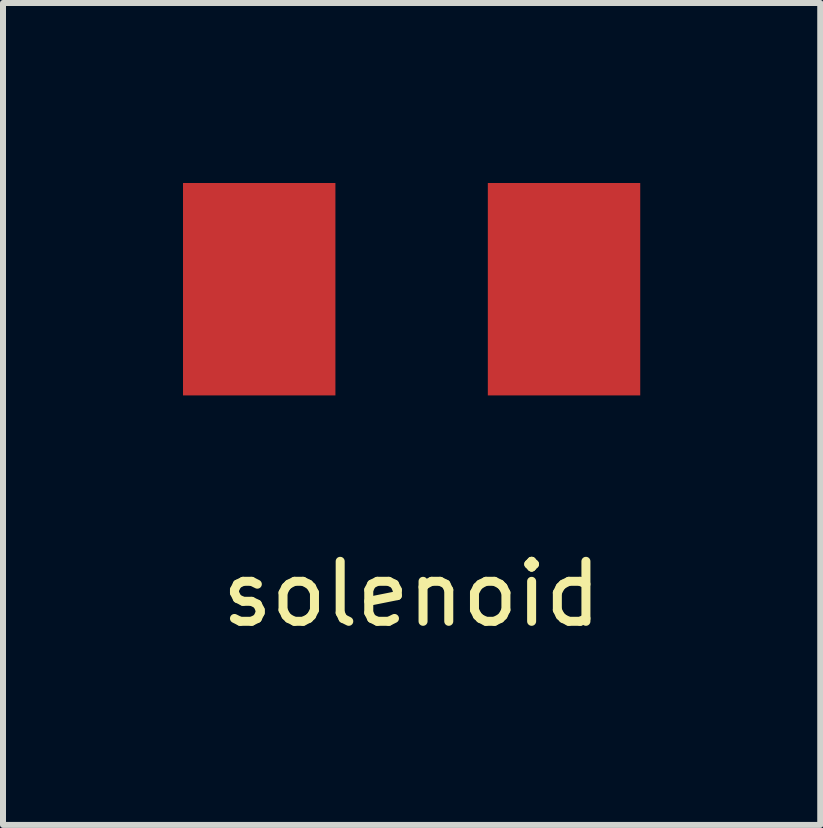
<source format=kicad_pcb>
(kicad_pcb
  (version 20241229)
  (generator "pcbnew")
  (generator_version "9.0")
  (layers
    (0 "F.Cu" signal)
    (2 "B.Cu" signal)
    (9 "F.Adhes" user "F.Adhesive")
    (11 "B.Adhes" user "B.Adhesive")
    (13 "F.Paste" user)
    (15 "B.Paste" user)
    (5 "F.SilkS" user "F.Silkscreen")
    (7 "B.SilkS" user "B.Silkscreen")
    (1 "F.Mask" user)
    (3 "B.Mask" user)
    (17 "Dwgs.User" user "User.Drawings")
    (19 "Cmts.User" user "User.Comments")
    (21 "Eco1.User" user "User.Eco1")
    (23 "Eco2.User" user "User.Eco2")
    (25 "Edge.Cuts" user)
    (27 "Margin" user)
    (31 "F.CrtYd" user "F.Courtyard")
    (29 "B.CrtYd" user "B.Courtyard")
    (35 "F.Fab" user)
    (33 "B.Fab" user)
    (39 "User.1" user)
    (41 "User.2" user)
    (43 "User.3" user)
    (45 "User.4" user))
  (footprint "solenoid"
    (layer "F.Cu")
    (at 3.81 4.31)
    (property "Reference" "solenoid" (at 0 2.54 0) (layer "F.SilkS") (effects (font (size 1 1) (thickness 0.15))))
    (attr through_hole)
    (pad "1" connect rect (at 2.54 -2.54) (size 2.54 3.54) (layers "F.Cu" "F.Mask"))
    (pad "2" connect rect (at -2.54 -2.54) (size 2.54 3.54) (layers "F.Cu" "F.Mask")))
  (gr_rect
    (start -3 -3)
    (end 10.62 10.698)
    (stroke (width 0.1) (type default))
    (fill no)
    (layer "Edge.Cuts")))
</source>
